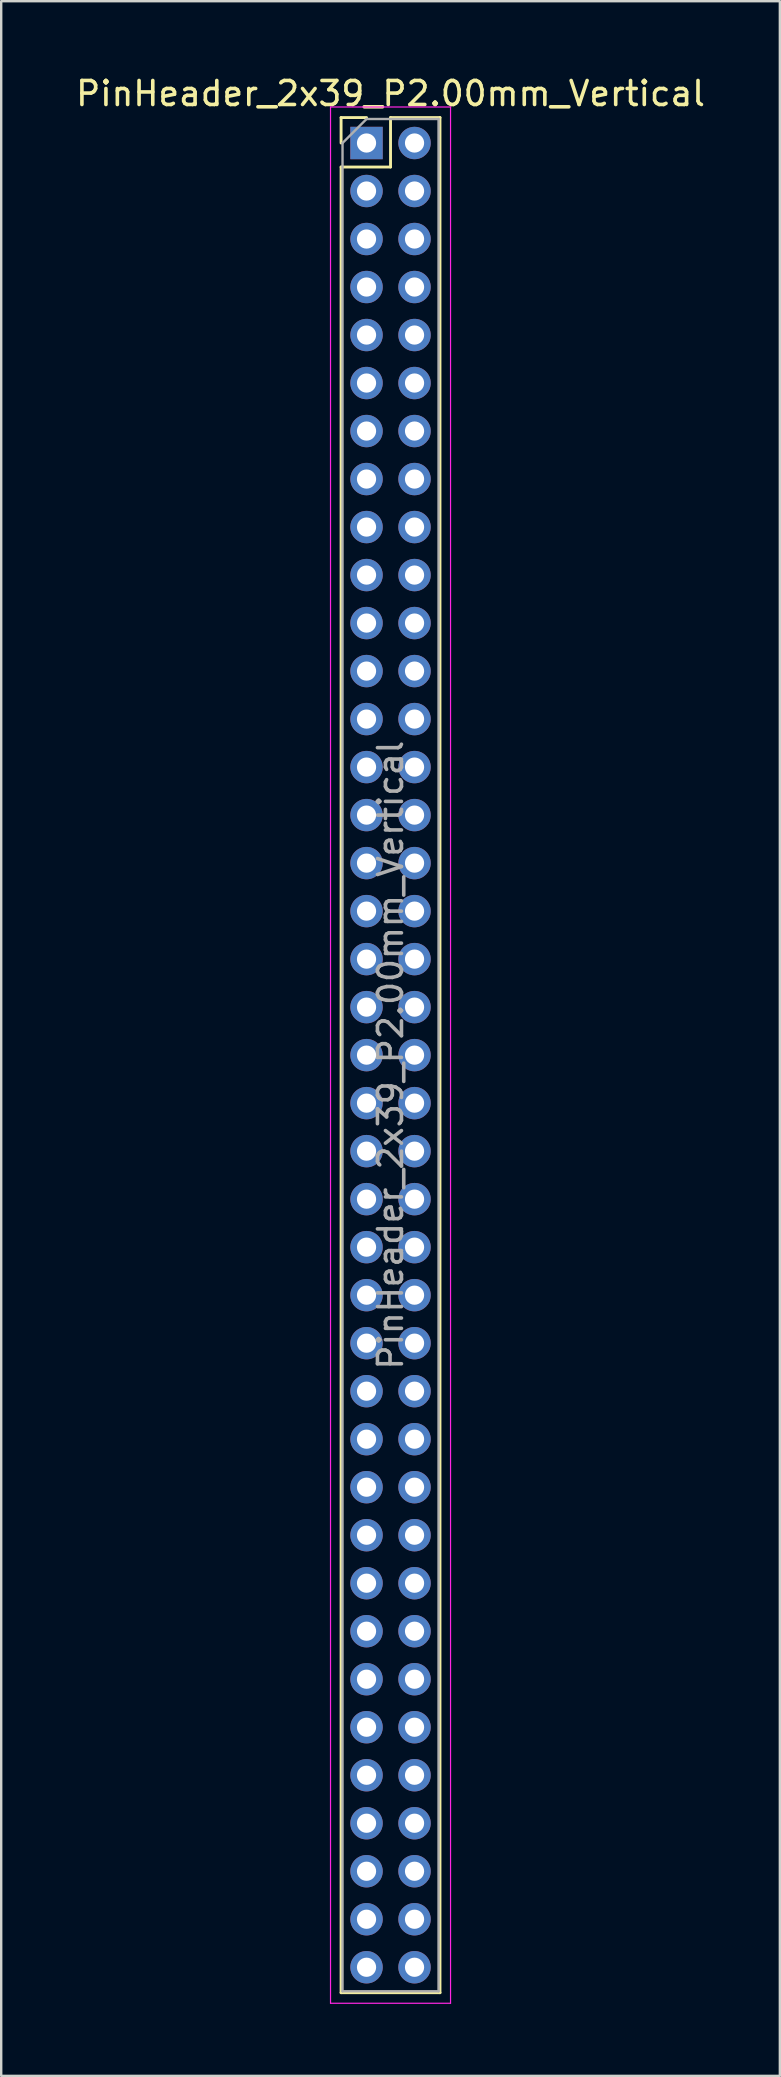
<source format=kicad_pcb>
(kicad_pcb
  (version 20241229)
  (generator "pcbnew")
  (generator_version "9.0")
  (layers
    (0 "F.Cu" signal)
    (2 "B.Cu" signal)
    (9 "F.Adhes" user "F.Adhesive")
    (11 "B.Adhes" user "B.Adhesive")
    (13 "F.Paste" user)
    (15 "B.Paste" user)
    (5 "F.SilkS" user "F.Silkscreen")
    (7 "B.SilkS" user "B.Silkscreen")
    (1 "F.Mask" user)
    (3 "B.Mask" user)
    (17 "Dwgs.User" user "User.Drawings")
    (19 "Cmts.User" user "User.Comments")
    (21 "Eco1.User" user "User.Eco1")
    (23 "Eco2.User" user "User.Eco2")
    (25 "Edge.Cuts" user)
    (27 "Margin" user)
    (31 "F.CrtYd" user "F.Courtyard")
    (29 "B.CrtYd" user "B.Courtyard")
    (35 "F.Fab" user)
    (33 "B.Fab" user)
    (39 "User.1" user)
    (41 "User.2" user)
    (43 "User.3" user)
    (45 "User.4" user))
  (footprint "PinHeader_2x39_P2.00mm_Vertical"
    (layer "F.Cu")
    (at 12.22 2.908)
    (property "Reference" "PinHeader_2x39_P2.00mm_Vertical" (at 1 -2.06 0) (layer "F.SilkS") (effects (font (size 1 1) (thickness 0.15))))
    (attr through_hole)
    (fp_line (start -1.06 -1.06) (end 0 -1.06) (stroke (width 0.12) (type solid)) (layer "F.SilkS"))
    (fp_line (start -1.06 0) (end -1.06 -1.06) (stroke (width 0.12) (type solid)) (layer "F.SilkS"))
    (fp_line (start -1.06 1) (end -1.06 77.06) (stroke (width 0.12) (type solid)) (layer "F.SilkS"))
    (fp_line (start -1.06 1) (end 1 1) (stroke (width 0.12) (type solid)) (layer "F.SilkS"))
    (fp_line (start -1.06 77.06) (end 3.06 77.06) (stroke (width 0.12) (type solid)) (layer "F.SilkS"))
    (fp_line (start 1 -1.06) (end 3.06 -1.06) (stroke (width 0.12) (type solid)) (layer "F.SilkS"))
    (fp_line (start 1 1) (end 1 -1.06) (stroke (width 0.12) (type solid)) (layer "F.SilkS"))
    (fp_line (start 3.06 -1.06) (end 3.06 77.06) (stroke (width 0.12) (type solid)) (layer "F.SilkS"))
    (fp_line (start -1.5 -1.5) (end -1.5 77.5) (stroke (width 0.05) (type solid)) (layer "F.CrtYd"))
    (fp_line (start -1.5 77.5) (end 3.5 77.5) (stroke (width 0.05) (type solid)) (layer "F.CrtYd"))
    (fp_line (start 3.5 -1.5) (end -1.5 -1.5) (stroke (width 0.05) (type solid)) (layer "F.CrtYd"))
    (fp_line (start 3.5 77.5) (end 3.5 -1.5) (stroke (width 0.05) (type solid)) (layer "F.CrtYd"))
    (fp_line (start -1 0) (end 0 -1) (stroke (width 0.1) (type solid)) (layer "F.Fab"))
    (fp_line (start -1 77) (end -1 0) (stroke (width 0.1) (type solid)) (layer "F.Fab"))
    (fp_line (start 0 -1) (end 3 -1) (stroke (width 0.1) (type solid)) (layer "F.Fab"))
    (fp_line (start 3 -1) (end 3 77) (stroke (width 0.1) (type solid)) (layer "F.Fab"))
    (fp_line (start 3 77) (end -1 77) (stroke (width 0.1) (type solid)) (layer "F.Fab"))
    (fp_text user "${REFERENCE}" (at 1 38 90) (layer "F.Fab") (effects (font (size 1 1) (thickness 0.15))))
    (pad "1" thru_hole rect (at 0 0) (size 1.35 1.35) (drill 0.8) (layers "*.Cu" "*.Mask"))
    (pad "2" thru_hole oval (at 2 0) (size 1.35 1.35) (drill 0.8) (layers "*.Cu" "*.Mask"))
    (pad "3" thru_hole oval (at 0 2) (size 1.35 1.35) (drill 0.8) (layers "*.Cu" "*.Mask"))
    (pad "4" thru_hole oval (at 2 2) (size 1.35 1.35) (drill 0.8) (layers "*.Cu" "*.Mask"))
    (pad "5" thru_hole oval (at 0 4) (size 1.35 1.35) (drill 0.8) (layers "*.Cu" "*.Mask"))
    (pad "6" thru_hole oval (at 2 4) (size 1.35 1.35) (drill 0.8) (layers "*.Cu" "*.Mask"))
    (pad "7" thru_hole oval (at 0 6) (size 1.35 1.35) (drill 0.8) (layers "*.Cu" "*.Mask"))
    (pad "8" thru_hole oval (at 2 6) (size 1.35 1.35) (drill 0.8) (layers "*.Cu" "*.Mask"))
    (pad "9" thru_hole oval (at 0 8) (size 1.35 1.35) (drill 0.8) (layers "*.Cu" "*.Mask"))
    (pad "10" thru_hole oval (at 2 8) (size 1.35 1.35) (drill 0.8) (layers "*.Cu" "*.Mask"))
    (pad "11" thru_hole oval (at 0 10) (size 1.35 1.35) (drill 0.8) (layers "*.Cu" "*.Mask"))
    (pad "12" thru_hole oval (at 2 10) (size 1.35 1.35) (drill 0.8) (layers "*.Cu" "*.Mask"))
    (pad "13" thru_hole oval (at 0 12) (size 1.35 1.35) (drill 0.8) (layers "*.Cu" "*.Mask"))
    (pad "14" thru_hole oval (at 2 12) (size 1.35 1.35) (drill 0.8) (layers "*.Cu" "*.Mask"))
    (pad "15" thru_hole oval (at 0 14) (size 1.35 1.35) (drill 0.8) (layers "*.Cu" "*.Mask"))
    (pad "16" thru_hole oval (at 2 14) (size 1.35 1.35) (drill 0.8) (layers "*.Cu" "*.Mask"))
    (pad "17" thru_hole oval (at 0 16) (size 1.35 1.35) (drill 0.8) (layers "*.Cu" "*.Mask"))
    (pad "18" thru_hole oval (at 2 16) (size 1.35 1.35) (drill 0.8) (layers "*.Cu" "*.Mask"))
    (pad "19" thru_hole oval (at 0 18) (size 1.35 1.35) (drill 0.8) (layers "*.Cu" "*.Mask"))
    (pad "20" thru_hole oval (at 2 18) (size 1.35 1.35) (drill 0.8) (layers "*.Cu" "*.Mask"))
    (pad "21" thru_hole oval (at 0 20) (size 1.35 1.35) (drill 0.8) (layers "*.Cu" "*.Mask"))
    (pad "22" thru_hole oval (at 2 20) (size 1.35 1.35) (drill 0.8) (layers "*.Cu" "*.Mask"))
    (pad "23" thru_hole oval (at 0 22) (size 1.35 1.35) (drill 0.8) (layers "*.Cu" "*.Mask"))
    (pad "24" thru_hole oval (at 2 22) (size 1.35 1.35) (drill 0.8) (layers "*.Cu" "*.Mask"))
    (pad "25" thru_hole oval (at 0 24) (size 1.35 1.35) (drill 0.8) (layers "*.Cu" "*.Mask"))
    (pad "26" thru_hole oval (at 2 24) (size 1.35 1.35) (drill 0.8) (layers "*.Cu" "*.Mask"))
    (pad "27" thru_hole oval (at 0 26) (size 1.35 1.35) (drill 0.8) (layers "*.Cu" "*.Mask"))
    (pad "28" thru_hole oval (at 2 26) (size 1.35 1.35) (drill 0.8) (layers "*.Cu" "*.Mask"))
    (pad "29" thru_hole oval (at 0 28) (size 1.35 1.35) (drill 0.8) (layers "*.Cu" "*.Mask"))
    (pad "30" thru_hole oval (at 2 28) (size 1.35 1.35) (drill 0.8) (layers "*.Cu" "*.Mask"))
    (pad "31" thru_hole oval (at 0 30) (size 1.35 1.35) (drill 0.8) (layers "*.Cu" "*.Mask"))
    (pad "32" thru_hole oval (at 2 30) (size 1.35 1.35) (drill 0.8) (layers "*.Cu" "*.Mask"))
    (pad "33" thru_hole oval (at 0 32) (size 1.35 1.35) (drill 0.8) (layers "*.Cu" "*.Mask"))
    (pad "34" thru_hole oval (at 2 32) (size 1.35 1.35) (drill 0.8) (layers "*.Cu" "*.Mask"))
    (pad "35" thru_hole oval (at 0 34) (size 1.35 1.35) (drill 0.8) (layers "*.Cu" "*.Mask"))
    (pad "36" thru_hole oval (at 2 34) (size 1.35 1.35) (drill 0.8) (layers "*.Cu" "*.Mask"))
    (pad "37" thru_hole oval (at 0 36) (size 1.35 1.35) (drill 0.8) (layers "*.Cu" "*.Mask"))
    (pad "38" thru_hole oval (at 2 36) (size 1.35 1.35) (drill 0.8) (layers "*.Cu" "*.Mask"))
    (pad "39" thru_hole oval (at 0 38) (size 1.35 1.35) (drill 0.8) (layers "*.Cu" "*.Mask"))
    (pad "40" thru_hole oval (at 2 38) (size 1.35 1.35) (drill 0.8) (layers "*.Cu" "*.Mask"))
    (pad "41" thru_hole oval (at 0 40) (size 1.35 1.35) (drill 0.8) (layers "*.Cu" "*.Mask"))
    (pad "42" thru_hole oval (at 2 40) (size 1.35 1.35) (drill 0.8) (layers "*.Cu" "*.Mask"))
    (pad "43" thru_hole oval (at 0 42) (size 1.35 1.35) (drill 0.8) (layers "*.Cu" "*.Mask"))
    (pad "44" thru_hole oval (at 2 42) (size 1.35 1.35) (drill 0.8) (layers "*.Cu" "*.Mask"))
    (pad "45" thru_hole oval (at 0 44) (size 1.35 1.35) (drill 0.8) (layers "*.Cu" "*.Mask"))
    (pad "46" thru_hole oval (at 2 44) (size 1.35 1.35) (drill 0.8) (layers "*.Cu" "*.Mask"))
    (pad "47" thru_hole oval (at 0 46) (size 1.35 1.35) (drill 0.8) (layers "*.Cu" "*.Mask"))
    (pad "48" thru_hole oval (at 2 46) (size 1.35 1.35) (drill 0.8) (layers "*.Cu" "*.Mask"))
    (pad "49" thru_hole oval (at 0 48) (size 1.35 1.35) (drill 0.8) (layers "*.Cu" "*.Mask"))
    (pad "50" thru_hole oval (at 2 48) (size 1.35 1.35) (drill 0.8) (layers "*.Cu" "*.Mask"))
    (pad "51" thru_hole oval (at 0 50) (size 1.35 1.35) (drill 0.8) (layers "*.Cu" "*.Mask"))
    (pad "52" thru_hole oval (at 2 50) (size 1.35 1.35) (drill 0.8) (layers "*.Cu" "*.Mask"))
    (pad "53" thru_hole oval (at 0 52) (size 1.35 1.35) (drill 0.8) (layers "*.Cu" "*.Mask"))
    (pad "54" thru_hole oval (at 2 52) (size 1.35 1.35) (drill 0.8) (layers "*.Cu" "*.Mask"))
    (pad "55" thru_hole oval (at 0 54) (size 1.35 1.35) (drill 0.8) (layers "*.Cu" "*.Mask"))
    (pad "56" thru_hole oval (at 2 54) (size 1.35 1.35) (drill 0.8) (layers "*.Cu" "*.Mask"))
    (pad "57" thru_hole oval (at 0 56) (size 1.35 1.35) (drill 0.8) (layers "*.Cu" "*.Mask"))
    (pad "58" thru_hole oval (at 2 56) (size 1.35 1.35) (drill 0.8) (layers "*.Cu" "*.Mask"))
    (pad "59" thru_hole oval (at 0 58) (size 1.35 1.35) (drill 0.8) (layers "*.Cu" "*.Mask"))
    (pad "60" thru_hole oval (at 2 58) (size 1.35 1.35) (drill 0.8) (layers "*.Cu" "*.Mask"))
    (pad "61" thru_hole oval (at 0 60) (size 1.35 1.35) (drill 0.8) (layers "*.Cu" "*.Mask"))
    (pad "62" thru_hole oval (at 2 60) (size 1.35 1.35) (drill 0.8) (layers "*.Cu" "*.Mask"))
    (pad "63" thru_hole oval (at 0 62) (size 1.35 1.35) (drill 0.8) (layers "*.Cu" "*.Mask"))
    (pad "64" thru_hole oval (at 2 62) (size 1.35 1.35) (drill 0.8) (layers "*.Cu" "*.Mask"))
    (pad "65" thru_hole oval (at 0 64) (size 1.35 1.35) (drill 0.8) (layers "*.Cu" "*.Mask"))
    (pad "66" thru_hole oval (at 2 64) (size 1.35 1.35) (drill 0.8) (layers "*.Cu" "*.Mask"))
    (pad "67" thru_hole oval (at 0 66) (size 1.35 1.35) (drill 0.8) (layers "*.Cu" "*.Mask"))
    (pad "68" thru_hole oval (at 2 66) (size 1.35 1.35) (drill 0.8) (layers "*.Cu" "*.Mask"))
    (pad "69" thru_hole oval (at 0 68) (size 1.35 1.35) (drill 0.8) (layers "*.Cu" "*.Mask"))
    (pad "70" thru_hole oval (at 2 68) (size 1.35 1.35) (drill 0.8) (layers "*.Cu" "*.Mask"))
    (pad "71" thru_hole oval (at 0 70) (size 1.35 1.35) (drill 0.8) (layers "*.Cu" "*.Mask"))
    (pad "72" thru_hole oval (at 2 70) (size 1.35 1.35) (drill 0.8) (layers "*.Cu" "*.Mask"))
    (pad "73" thru_hole oval (at 0 72) (size 1.35 1.35) (drill 0.8) (layers "*.Cu" "*.Mask"))
    (pad "74" thru_hole oval (at 2 72) (size 1.35 1.35) (drill 0.8) (layers "*.Cu" "*.Mask"))
    (pad "75" thru_hole oval (at 0 74) (size 1.35 1.35) (drill 0.8) (layers "*.Cu" "*.Mask"))
    (pad "76" thru_hole oval (at 2 74) (size 1.35 1.35) (drill 0.8) (layers "*.Cu" "*.Mask"))
    (pad "77" thru_hole oval (at 0 76) (size 1.35 1.35) (drill 0.8) (layers "*.Cu" "*.Mask"))
    (pad "78" thru_hole oval (at 2 76) (size 1.35 1.35) (drill 0.8) (layers "*.Cu" "*.Mask")))
  (gr_rect
    (start -3 -3)
    (end 29.44 83.433)
    (stroke (width 0.1) (type default))
    (fill no)
    (layer "Edge.Cuts")))
</source>
